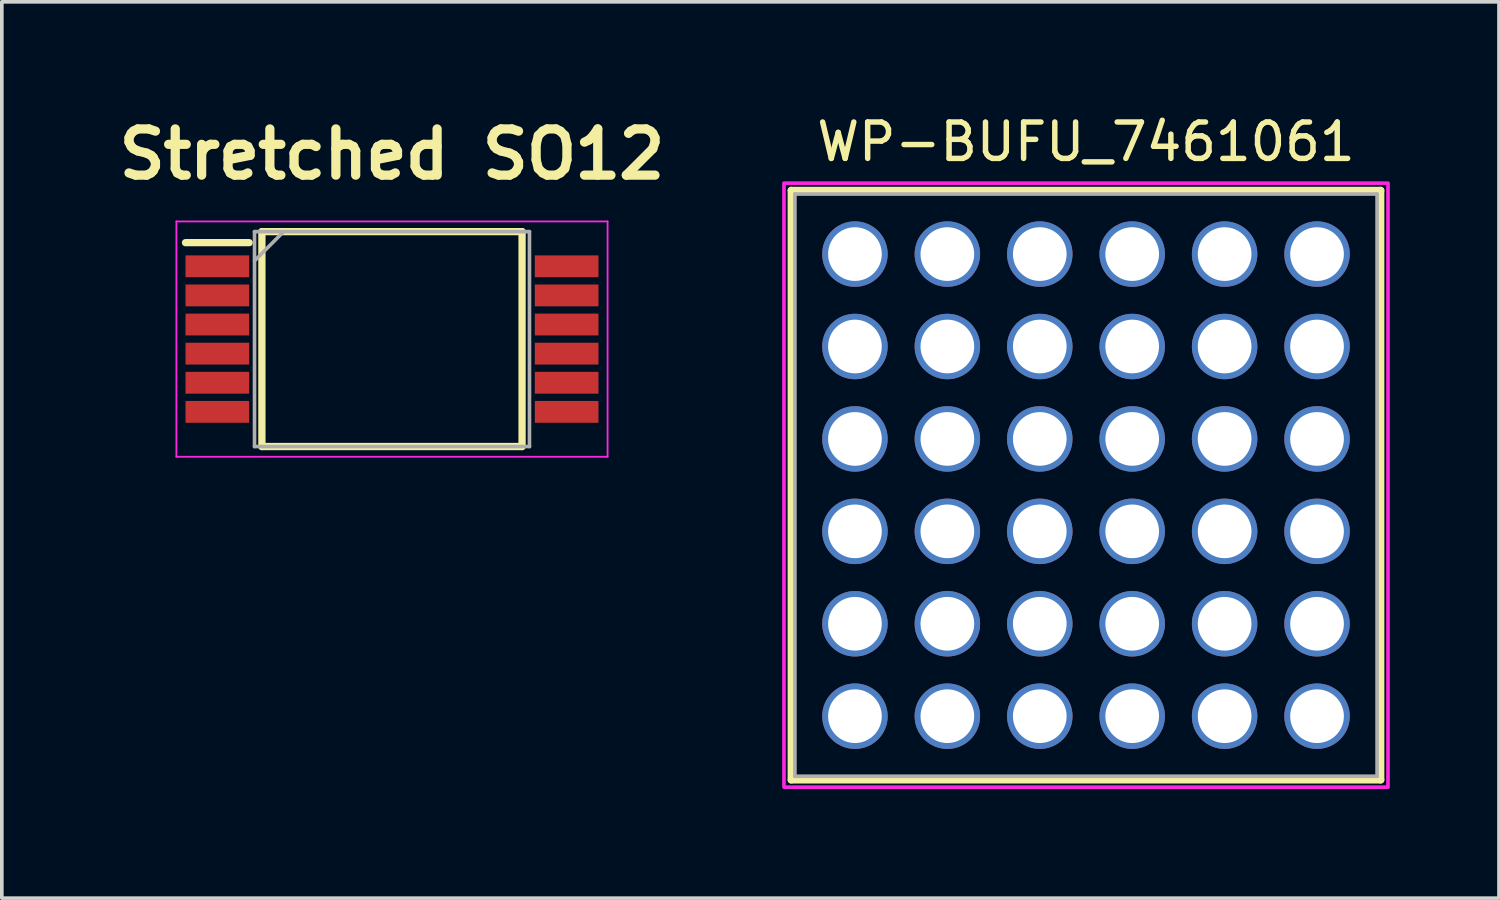
<source format=kicad_pcb>
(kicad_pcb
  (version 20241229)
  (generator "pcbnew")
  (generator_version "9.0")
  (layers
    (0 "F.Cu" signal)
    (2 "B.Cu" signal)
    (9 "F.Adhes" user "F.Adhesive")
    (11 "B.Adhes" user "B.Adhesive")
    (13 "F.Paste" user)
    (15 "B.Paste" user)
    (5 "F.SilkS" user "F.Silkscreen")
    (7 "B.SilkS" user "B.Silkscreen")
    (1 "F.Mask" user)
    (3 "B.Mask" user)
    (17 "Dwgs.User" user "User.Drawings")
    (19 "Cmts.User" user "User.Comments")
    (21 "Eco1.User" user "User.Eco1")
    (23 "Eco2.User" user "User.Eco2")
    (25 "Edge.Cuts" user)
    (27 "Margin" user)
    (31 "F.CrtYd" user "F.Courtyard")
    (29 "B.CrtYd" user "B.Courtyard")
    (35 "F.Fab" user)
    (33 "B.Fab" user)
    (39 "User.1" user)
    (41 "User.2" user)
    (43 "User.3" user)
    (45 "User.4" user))
  (footprint "Stretched SO12"
    (layer "F.Cu")
    (at 7.723 6.269)
    (property "Reference" "Stretched SO12" (at 0 -5.08 0) (layer "F.SilkS") (effects (font (size 1.27 1.27) (thickness 0.254))))
    (attr smd)
    (fp_line (start -5.675 -2.65) (end -3.925 -2.65) (stroke (width 0.2) (type solid)) (layer "F.SilkS"))
    (fp_line (start -3.575 -2.953) (end 3.575 -2.953) (stroke (width 0.2) (type solid)) (layer "F.SilkS"))
    (fp_line (start -3.575 2.953) (end -3.575 -2.953) (stroke (width 0.2) (type solid)) (layer "F.SilkS"))
    (fp_line (start 3.575 -2.953) (end 3.575 2.953) (stroke (width 0.2) (type solid)) (layer "F.SilkS"))
    (fp_line (start 3.575 2.953) (end -3.575 2.953) (stroke (width 0.2) (type solid)) (layer "F.SilkS"))
    (fp_line (start -5.925 -3.234) (end 5.925 -3.234) (stroke (width 0.05) (type solid)) (layer "F.CrtYd"))
    (fp_line (start -5.925 3.234) (end -5.925 -3.234) (stroke (width 0.05) (type solid)) (layer "F.CrtYd"))
    (fp_line (start 5.925 -3.234) (end 5.925 3.234) (stroke (width 0.05) (type solid)) (layer "F.CrtYd"))
    (fp_line (start 5.925 3.234) (end -5.925 3.234) (stroke (width 0.05) (type solid)) (layer "F.CrtYd"))
    (fp_line (start -3.778 -2.953) (end 3.778 -2.953) (stroke (width 0.1) (type solid)) (layer "F.Fab"))
    (fp_line (start -3.778 -2.153) (end -2.978 -2.953) (stroke (width 0.1) (type solid)) (layer "F.Fab"))
    (fp_line (start -3.778 2.953) (end -3.778 -2.953) (stroke (width 0.1) (type solid)) (layer "F.Fab"))
    (fp_line (start 3.778 -2.953) (end 3.778 2.953) (stroke (width 0.1) (type solid)) (layer "F.Fab"))
    (fp_line (start 3.778 2.953) (end -3.778 2.953) (stroke (width 0.1) (type solid)) (layer "F.Fab"))
    (pad "1" smd rect (at -4.8 -2 90) (size 0.6 1.75) (layers "F.Cu" "F.Mask" "F.Paste"))
    (pad "2" smd rect (at -4.8 -1.2 90) (size 0.6 1.75) (layers "F.Cu" "F.Mask" "F.Paste"))
    (pad "3" smd rect (at -4.8 -0.4 90) (size 0.6 1.75) (layers "F.Cu" "F.Mask" "F.Paste"))
    (pad "4" smd rect (at -4.8 0.4 90) (size 0.6 1.75) (layers "F.Cu" "F.Mask" "F.Paste"))
    (pad "5" smd rect (at -4.8 1.2 90) (size 0.6 1.75) (layers "F.Cu" "F.Mask" "F.Paste"))
    (pad "6" smd rect (at -4.8 2 90) (size 0.6 1.75) (layers "F.Cu" "F.Mask" "F.Paste"))
    (pad "7" smd rect (at 4.8 2 90) (size 0.6 1.75) (layers "F.Cu" "F.Mask" "F.Paste"))
    (pad "8" smd rect (at 4.8 1.2 90) (size 0.6 1.75) (layers "F.Cu" "F.Mask" "F.Paste"))
    (pad "9" smd rect (at 4.8 0.4 90) (size 0.6 1.75) (layers "F.Cu" "F.Mask" "F.Paste"))
    (pad "10" smd rect (at 4.8 -0.4 90) (size 0.6 1.75) (layers "F.Cu" "F.Mask" "F.Paste"))
    (pad "11" smd rect (at 4.8 -1.2 90) (size 0.6 1.75) (layers "F.Cu" "F.Mask" "F.Paste"))
    (pad "12" smd rect (at 4.8 -2 90) (size 0.6 1.75) (layers "F.Cu" "F.Mask" "F.Paste")))
  (footprint "WP-BUFU_7461061"
    (layer "F.Cu")
    (at 26.796 10.283)
    (property "Reference" "WP-BUFU_7461061" (at 0 -9.435 0) (layer "F.SilkS") (effects (font (size 1 1) (thickness 0.15))))
    (attr through_hole)
    (fp_line (start -8.1 -8.1) (end 8.1 -8.1) (stroke (width 0.2) (type solid)) (layer "F.SilkS"))
    (fp_line (start -8.1 8.1) (end -8.1 -8.1) (stroke (width 0.2) (type solid)) (layer "F.SilkS"))
    (fp_line (start 8.1 -8.1) (end 8.1 8.1) (stroke (width 0.2) (type solid)) (layer "F.SilkS"))
    (fp_line (start 8.1 8.1) (end -8.1 8.1) (stroke (width 0.2) (type solid)) (layer "F.SilkS"))
    (fp_poly (pts (xy -8.3 -8.3) (xy 8.3 -8.3) (xy 8.3 8.3) (xy -8.3 8.3)) (stroke (width 0.1) (type solid)) (fill no) (layer "F.CrtYd"))
    (fp_line (start -8 -8) (end 8 -8) (stroke (width 0.1) (type solid)) (layer "F.Fab"))
    (fp_line (start -8 8) (end -8 -8) (stroke (width 0.1) (type solid)) (layer "F.Fab"))
    (fp_line (start 8 -8) (end 8 8) (stroke (width 0.1) (type solid)) (layer "F.Fab"))
    (fp_line (start 8 8) (end -8 8) (stroke (width 0.1) (type solid)) (layer "F.Fab"))
    (pad "1" thru_hole circle (at -6.35 -6.35) (size 1.8 1.8) (drill 1.475) (layers "*.Cu" "*.Mask"))
    (pad "2" thru_hole circle (at -3.81 -6.35) (size 1.8 1.8) (drill 1.475) (layers "*.Cu" "*.Mask"))
    (pad "3" thru_hole circle (at -1.27 -6.35) (size 1.8 1.8) (drill 1.475) (layers "*.Cu" "*.Mask"))
    (pad "4" thru_hole circle (at 1.27 -6.35) (size 1.8 1.8) (drill 1.475) (layers "*.Cu" "*.Mask"))
    (pad "5" thru_hole circle (at 3.81 -6.35) (size 1.8 1.8) (drill 1.475) (layers "*.Cu" "*.Mask"))
    (pad "6" thru_hole circle (at 6.35 -6.35) (size 1.8 1.8) (drill 1.475) (layers "*.Cu" "*.Mask"))
    (pad "7" thru_hole circle (at 6.35 -3.81) (size 1.8 1.8) (drill 1.475) (layers "*.Cu" "*.Mask"))
    (pad "8" thru_hole circle (at 3.81 -3.81) (size 1.8 1.8) (drill 1.475) (layers "*.Cu" "*.Mask"))
    (pad "9" thru_hole circle (at 1.27 -3.81) (size 1.8 1.8) (drill 1.475) (layers "*.Cu" "*.Mask"))
    (pad "10" thru_hole circle (at -1.27 -3.81) (size 1.8 1.8) (drill 1.475) (layers "*.Cu" "*.Mask"))
    (pad "11" thru_hole circle (at -3.81 -3.81) (size 1.8 1.8) (drill 1.475) (layers "*.Cu" "*.Mask"))
    (pad "12" thru_hole circle (at -6.35 -3.81) (size 1.8 1.8) (drill 1.475) (layers "*.Cu" "*.Mask"))
    (pad "13" thru_hole circle (at -6.35 -1.27) (size 1.8 1.8) (drill 1.475) (layers "*.Cu" "*.Mask"))
    (pad "14" thru_hole circle (at -3.81 -1.27) (size 1.8 1.8) (drill 1.475) (layers "*.Cu" "*.Mask"))
    (pad "15" thru_hole circle (at -1.27 -1.27) (size 1.8 1.8) (drill 1.475) (layers "*.Cu" "*.Mask"))
    (pad "16" thru_hole circle (at 1.27 -1.27) (size 1.8 1.8) (drill 1.475) (layers "*.Cu" "*.Mask"))
    (pad "17" thru_hole circle (at 3.81 -1.27) (size 1.8 1.8) (drill 1.475) (layers "*.Cu" "*.Mask"))
    (pad "18" thru_hole circle (at 6.35 -1.27) (size 1.8 1.8) (drill 1.475) (layers "*.Cu" "*.Mask"))
    (pad "19" thru_hole circle (at 6.35 1.27) (size 1.8 1.8) (drill 1.475) (layers "*.Cu" "*.Mask"))
    (pad "20" thru_hole circle (at 3.81 1.27) (size 1.8 1.8) (drill 1.475) (layers "*.Cu" "*.Mask"))
    (pad "21" thru_hole circle (at 1.27 1.27) (size 1.8 1.8) (drill 1.475) (layers "*.Cu" "*.Mask"))
    (pad "22" thru_hole circle (at -1.27 1.27) (size 1.8 1.8) (drill 1.475) (layers "*.Cu" "*.Mask"))
    (pad "23" thru_hole circle (at -3.81 1.27) (size 1.8 1.8) (drill 1.475) (layers "*.Cu" "*.Mask"))
    (pad "24" thru_hole circle (at -6.35 1.27) (size 1.8 1.8) (drill 1.475) (layers "*.Cu" "*.Mask"))
    (pad "25" thru_hole circle (at -6.35 3.81) (size 1.8 1.8) (drill 1.475) (layers "*.Cu" "*.Mask"))
    (pad "26" thru_hole circle (at -3.81 3.81) (size 1.8 1.8) (drill 1.475) (layers "*.Cu" "*.Mask"))
    (pad "27" thru_hole circle (at -1.27 3.81) (size 1.8 1.8) (drill 1.475) (layers "*.Cu" "*.Mask"))
    (pad "28" thru_hole circle (at 1.27 3.81) (size 1.8 1.8) (drill 1.475) (layers "*.Cu" "*.Mask"))
    (pad "29" thru_hole circle (at 3.81 3.81) (size 1.8 1.8) (drill 1.475) (layers "*.Cu" "*.Mask"))
    (pad "30" thru_hole circle (at 6.35 3.81) (size 1.8 1.8) (drill 1.475) (layers "*.Cu" "*.Mask"))
    (pad "31" thru_hole circle (at 6.35 6.35) (size 1.8 1.8) (drill 1.475) (layers "*.Cu" "*.Mask"))
    (pad "32" thru_hole circle (at 3.81 6.35) (size 1.8 1.8) (drill 1.475) (layers "*.Cu" "*.Mask"))
    (pad "33" thru_hole circle (at 1.27 6.35) (size 1.8 1.8) (drill 1.475) (layers "*.Cu" "*.Mask"))
    (pad "34" thru_hole circle (at -1.27 6.35) (size 1.8 1.8) (drill 1.475) (layers "*.Cu" "*.Mask"))
    (pad "35" thru_hole circle (at -3.81 6.35) (size 1.8 1.8) (drill 1.475) (layers "*.Cu" "*.Mask"))
    (pad "36" thru_hole circle (at -6.35 6.35) (size 1.8 1.8) (drill 1.475) (layers "*.Cu" "*.Mask")))
  (gr_rect
    (start -3 -3)
    (end 38.146 21.633)
    (stroke (width 0.1) (type default))
    (fill no)
    (layer "Edge.Cuts")))
</source>
